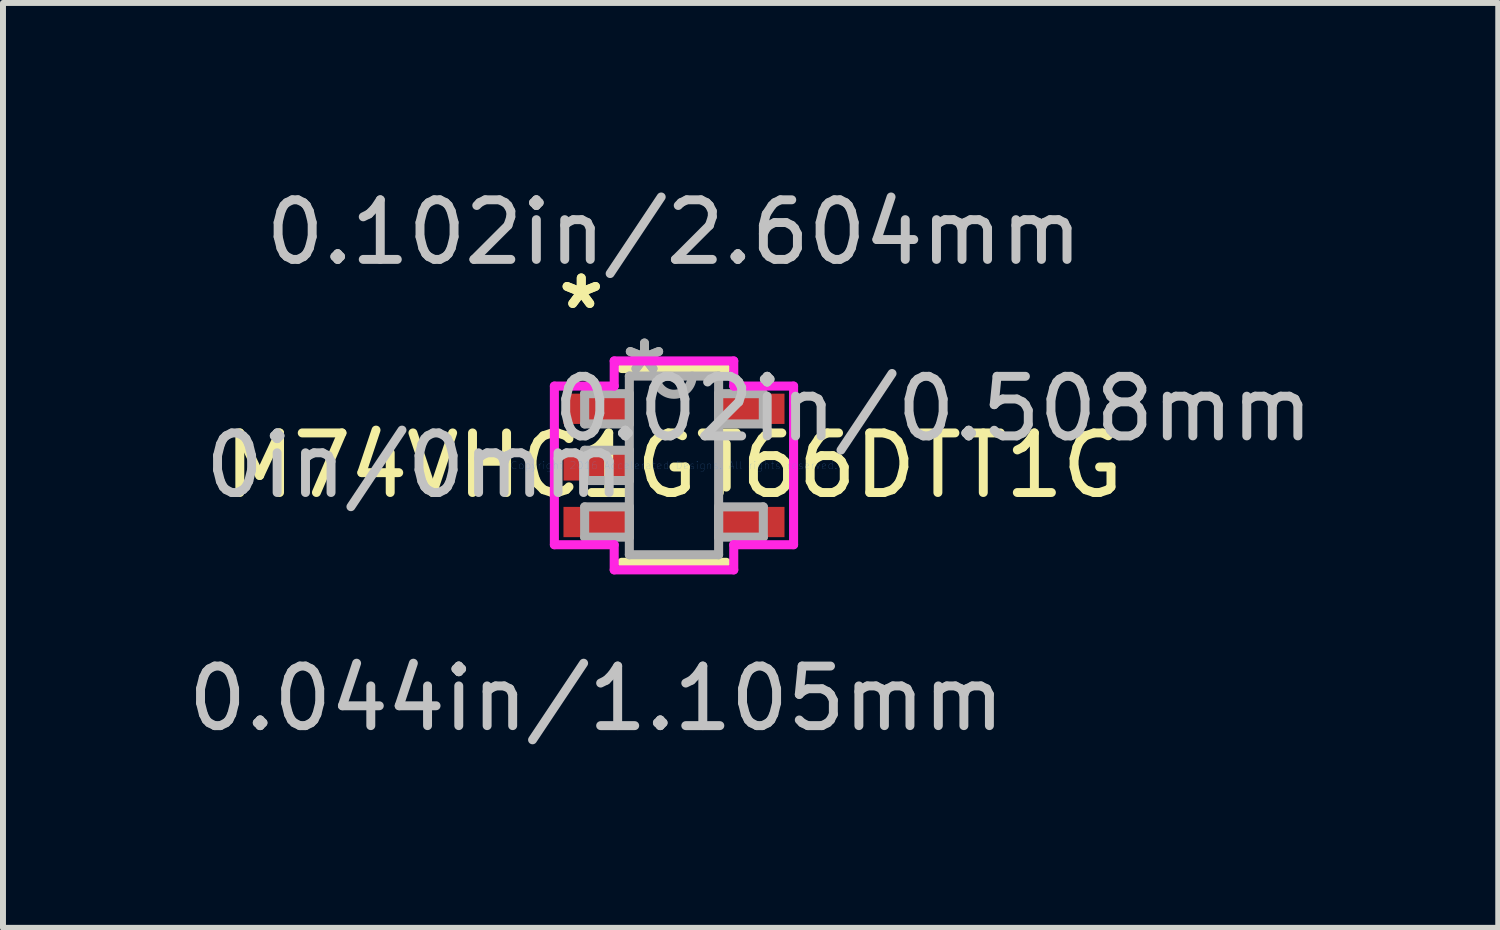
<source format=kicad_pcb>
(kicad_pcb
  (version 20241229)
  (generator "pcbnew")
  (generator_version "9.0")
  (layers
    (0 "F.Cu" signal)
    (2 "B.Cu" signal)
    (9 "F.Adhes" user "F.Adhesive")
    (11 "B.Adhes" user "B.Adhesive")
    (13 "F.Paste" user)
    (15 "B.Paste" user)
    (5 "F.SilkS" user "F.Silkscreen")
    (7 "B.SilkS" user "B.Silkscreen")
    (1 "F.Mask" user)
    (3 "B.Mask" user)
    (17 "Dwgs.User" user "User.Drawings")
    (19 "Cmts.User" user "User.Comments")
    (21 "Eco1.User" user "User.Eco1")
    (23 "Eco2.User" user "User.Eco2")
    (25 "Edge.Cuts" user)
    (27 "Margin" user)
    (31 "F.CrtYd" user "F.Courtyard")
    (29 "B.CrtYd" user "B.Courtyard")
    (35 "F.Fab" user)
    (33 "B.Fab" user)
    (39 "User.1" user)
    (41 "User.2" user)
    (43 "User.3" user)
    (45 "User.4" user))
  (footprint "M74VHC1GT66DTT1G"
    (layer "F.Cu")
    (at 8.26 4.76)
    (property "Reference" "M74VHC1GT66DTT1G" (at 0 0 0) (layer "F.SilkS") (effects (font (size 1 1) (thickness 0.15))))
    (attr through_hole)
    (fp_line (start -0.876 1.626) (end 0.876 1.626) (stroke (width 0.152) (type solid)) (layer "F.SilkS"))
    (fp_line (start 0.876 -1.626) (end -0.876 -1.626) (stroke (width 0.152) (type solid)) (layer "F.SilkS"))
    (fp_line (start 0.876 0.363) (end 0.876 -0.363) (stroke (width 0.152) (type solid)) (layer "F.SilkS"))
    (fp_line (start -2.007 -1.331) (end -1.003 -1.331) (stroke (width 0.152) (type solid)) (layer "F.CrtYd"))
    (fp_line (start -2.007 1.331) (end -2.007 -1.331) (stroke (width 0.152) (type solid)) (layer "F.CrtYd"))
    (fp_line (start -1.003 -1.753) (end 1.003 -1.753) (stroke (width 0.152) (type solid)) (layer "F.CrtYd"))
    (fp_line (start -1.003 -1.331) (end -1.003 -1.753) (stroke (width 0.152) (type solid)) (layer "F.CrtYd"))
    (fp_line (start -1.003 1.331) (end -2.007 1.331) (stroke (width 0.152) (type solid)) (layer "F.CrtYd"))
    (fp_line (start -1.003 1.753) (end -1.003 1.331) (stroke (width 0.152) (type solid)) (layer "F.CrtYd"))
    (fp_line (start 1.003 -1.753) (end 1.003 -1.331) (stroke (width 0.152) (type solid)) (layer "F.CrtYd"))
    (fp_line (start 1.003 -1.331) (end 2.007 -1.331) (stroke (width 0.152) (type solid)) (layer "F.CrtYd"))
    (fp_line (start 1.003 1.331) (end 1.003 1.753) (stroke (width 0.152) (type solid)) (layer "F.CrtYd"))
    (fp_line (start 1.003 1.753) (end -1.003 1.753) (stroke (width 0.152) (type solid)) (layer "F.CrtYd"))
    (fp_line (start 2.007 -1.331) (end 2.007 1.331) (stroke (width 0.152) (type solid)) (layer "F.CrtYd"))
    (fp_line (start 2.007 1.331) (end 1.003 1.331) (stroke (width 0.152) (type solid)) (layer "F.CrtYd"))
    (fp_line (start -1.499 -1.204) (end -1.499 -0.696) (stroke (width 0.152) (type solid)) (layer "F.Fab"))
    (fp_line (start -1.499 -0.696) (end -0.749 -0.696) (stroke (width 0.152) (type solid)) (layer "F.Fab"))
    (fp_line (start -1.499 -0.254) (end -1.499 0.254) (stroke (width 0.152) (type solid)) (layer "F.Fab"))
    (fp_line (start -1.499 0.254) (end -0.749 0.254) (stroke (width 0.152) (type solid)) (layer "F.Fab"))
    (fp_line (start -1.499 0.696) (end -1.499 1.204) (stroke (width 0.152) (type solid)) (layer "F.Fab"))
    (fp_line (start -1.499 1.204) (end -0.749 1.204) (stroke (width 0.152) (type solid)) (layer "F.Fab"))
    (fp_line (start -0.749 -1.499) (end -0.749 1.499) (stroke (width 0.152) (type solid)) (layer "F.Fab"))
    (fp_line (start -0.749 -1.204) (end -1.499 -1.204) (stroke (width 0.152) (type solid)) (layer "F.Fab"))
    (fp_line (start -0.749 -0.696) (end -0.749 -1.204) (stroke (width 0.152) (type solid)) (layer "F.Fab"))
    (fp_line (start -0.749 -0.254) (end -1.499 -0.254) (stroke (width 0.152) (type solid)) (layer "F.Fab"))
    (fp_line (start -0.749 0.254) (end -0.749 -0.254) (stroke (width 0.152) (type solid)) (layer "F.Fab"))
    (fp_line (start -0.749 0.696) (end -1.499 0.696) (stroke (width 0.152) (type solid)) (layer "F.Fab"))
    (fp_line (start -0.749 1.204) (end -0.749 0.696) (stroke (width 0.152) (type solid)) (layer "F.Fab"))
    (fp_line (start -0.749 1.499) (end 0.749 1.499) (stroke (width 0.152) (type solid)) (layer "F.Fab"))
    (fp_line (start 0.749 -1.499) (end -0.749 -1.499) (stroke (width 0.152) (type solid)) (layer "F.Fab"))
    (fp_line (start 0.749 -1.204) (end 0.749 -0.696) (stroke (width 0.152) (type solid)) (layer "F.Fab"))
    (fp_line (start 0.749 -0.696) (end 1.499 -0.696) (stroke (width 0.152) (type solid)) (layer "F.Fab"))
    (fp_line (start 0.749 0.696) (end 0.749 1.204) (stroke (width 0.152) (type solid)) (layer "F.Fab"))
    (fp_line (start 0.749 1.204) (end 1.499 1.204) (stroke (width 0.152) (type solid)) (layer "F.Fab"))
    (fp_line (start 0.749 1.499) (end 0.749 -1.499) (stroke (width 0.152) (type solid)) (layer "F.Fab"))
    (fp_line (start 1.499 -1.204) (end 0.749 -1.204) (stroke (width 0.152) (type solid)) (layer "F.Fab"))
    (fp_line (start 1.499 -0.696) (end 1.499 -1.204) (stroke (width 0.152) (type solid)) (layer "F.Fab"))
    (fp_line (start 1.499 0.696) (end 0.749 0.696) (stroke (width 0.152) (type solid)) (layer "F.Fab"))
    (fp_line (start 1.499 1.204) (end 1.499 0.696) (stroke (width 0.152) (type solid)) (layer "F.Fab"))
    (fp_arc (start 0.3048 -1.4986) (mid 0 -1.1938) (end -0.3048 -1.4986) (stroke (width 0.1524) (type solid)) (layer "F.Fab"))
    (fp_text user "*" (at -1.556 -2.601 0) (layer "F.SilkS") (effects (font (size 1 1) (thickness 0.15))))
    (fp_text user "*" (at -1.556 -2.601 0) (layer "F.SilkS") (effects (font (size 1 1) (thickness 0.15))))
    (fp_text user "0.02in/0.508mm" (at 4.35 -0.95 0) (layer "Dwgs.User") (effects (font (size 1 1) (thickness 0.15))))
    (fp_text user "0in/0mm" (at -4.35 0 0) (layer "Dwgs.User") (effects (font (size 1 1) (thickness 0.15))))
    (fp_text user "0.102in/2.604mm" (at 0 -3.912 0) (layer "Dwgs.User") (effects (font (size 1 1) (thickness 0.15))))
    (fp_text user "0.044in/1.105mm" (at -1.302 3.912 0) (layer "Dwgs.User") (effects (font (size 1 1) (thickness 0.15))))
    (fp_text user "Copyright 2016 Accelerated Designs. All rights reserved." (at 0 0 0) (layer "Cmts.User") (effects (font (size 0.127 0.127) (thickness 0.002))))
    (fp_text user "*" (at -0.495 -1.509 0) (layer "F.Fab") (effects (font (size 1 1) (thickness 0.15))))
    (fp_text user "*" (at -0.495 -1.509 0) (layer "F.Fab") (effects (font (size 1 1) (thickness 0.15))))
    (pad "1" smd rect (at -1.302 -0.95) (size 1.105 0.508) (layers "F.Cu" "F.Mask" "F.Paste"))
    (pad "2" smd rect (at -1.302 0) (size 1.105 0.508) (layers "F.Cu" "F.Mask" "F.Paste"))
    (pad "3" smd rect (at -1.302 0.95) (size 1.105 0.508) (layers "F.Cu" "F.Mask" "F.Paste"))
    (pad "4" smd rect (at 1.302 0.95) (size 1.105 0.508) (layers "F.Cu" "F.Mask" "F.Paste"))
    (pad "5" smd rect (at 1.302 -0.95) (size 1.105 0.508) (layers "F.Cu" "F.Mask" "F.Paste")))
  (gr_rect
    (start -3 -3)
    (end 22.092 12.52)
    (stroke (width 0.1) (type default))
    (fill no)
    (layer "Edge.Cuts")))
</source>
